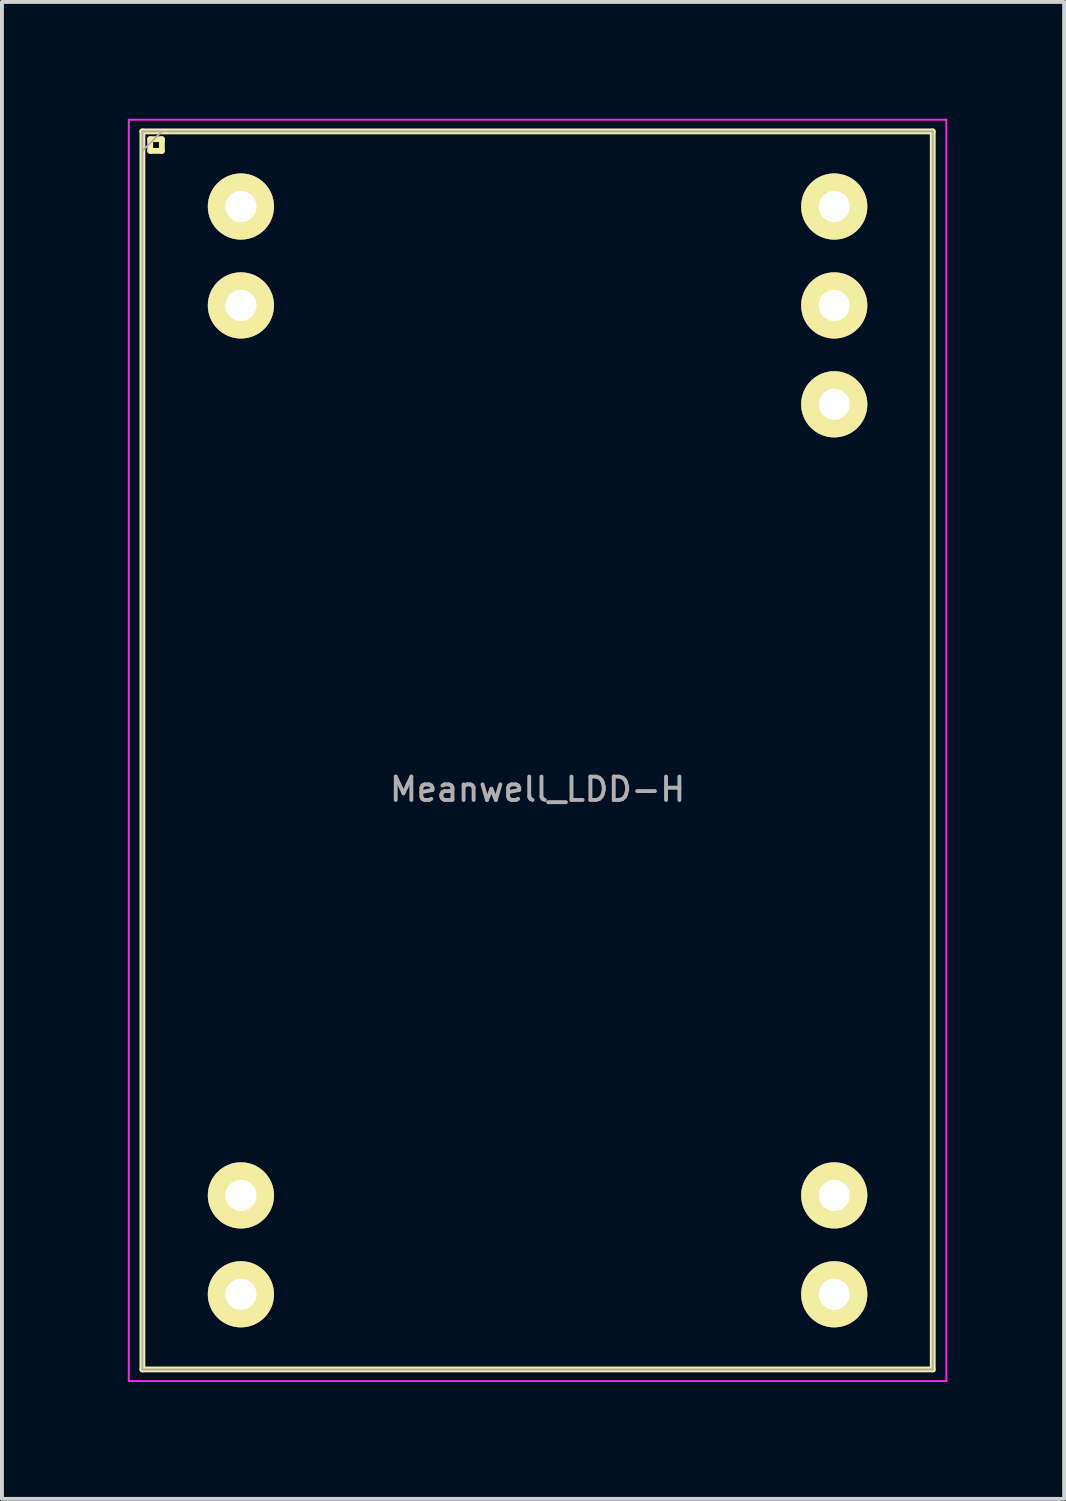
<source format=kicad_pcb>
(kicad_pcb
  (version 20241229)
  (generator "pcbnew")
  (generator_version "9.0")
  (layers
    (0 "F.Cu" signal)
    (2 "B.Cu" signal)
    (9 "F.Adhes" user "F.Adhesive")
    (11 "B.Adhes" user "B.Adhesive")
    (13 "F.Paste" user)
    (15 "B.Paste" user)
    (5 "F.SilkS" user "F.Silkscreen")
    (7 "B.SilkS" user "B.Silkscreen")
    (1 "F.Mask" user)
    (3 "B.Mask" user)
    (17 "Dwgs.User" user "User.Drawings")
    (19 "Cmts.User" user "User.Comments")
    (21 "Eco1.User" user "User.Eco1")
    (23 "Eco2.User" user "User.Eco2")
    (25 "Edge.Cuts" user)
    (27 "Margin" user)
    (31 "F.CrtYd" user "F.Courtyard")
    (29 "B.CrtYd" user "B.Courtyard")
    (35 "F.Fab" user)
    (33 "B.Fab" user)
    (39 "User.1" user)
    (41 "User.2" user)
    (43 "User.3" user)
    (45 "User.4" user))
  (footprint "Meanwell_LDD-H"
    (layer "F.Cu")
    (at 10.758 16.225)
    (property "Reference" "Meanwell_LDD-H" (at 0 1 180) (layer "F.Fab") (effects (font (size 0.6 0.6) (thickness 0.1))))
    (attr through_hole)
    (fp_line (start -10.15 -15.9) (end -10.15 15.9) (stroke (width 0.15) (type solid)) (layer "F.SilkS"))
    (fp_line (start -10.15 15.9) (end 10.15 15.9) (stroke (width 0.15) (type solid)) (layer "F.SilkS"))
    (fp_line (start -9.95 -15.7) (end -9.95 -15.4) (stroke (width 0.15) (type solid)) (layer "F.SilkS"))
    (fp_line (start -9.95 -15.4) (end -9.65 -15.4) (stroke (width 0.15) (type solid)) (layer "F.SilkS"))
    (fp_line (start -9.65 -15.7) (end -9.95 -15.7) (stroke (width 0.15) (type solid)) (layer "F.SilkS"))
    (fp_line (start -9.65 -15.4) (end -9.65 -15.7) (stroke (width 0.15) (type solid)) (layer "F.SilkS"))
    (fp_line (start 10.15 -15.9) (end -10.15 -15.9) (stroke (width 0.15) (type solid)) (layer "F.SilkS"))
    (fp_line (start 10.15 15.9) (end 10.15 -15.9) (stroke (width 0.15) (type solid)) (layer "F.SilkS"))
    (fp_line (start -10.5 16.2) (end -10.5 -16.2) (stroke (width 0.05) (type solid)) (layer "F.CrtYd"))
    (fp_line (start -10.5 16.2) (end 10.5 16.2) (stroke (width 0.05) (type solid)) (layer "F.CrtYd"))
    (fp_line (start 10.5 -16.2) (end -10.5 -16.2) (stroke (width 0.05) (type solid)) (layer "F.CrtYd"))
    (fp_line (start 10.5 -16.2) (end 10.5 16.2) (stroke (width 0.05) (type solid)) (layer "F.CrtYd"))
    (fp_line (start -10.15 -15.9) (end -10.15 15.9) (stroke (width 0.05) (type solid)) (layer "F.Fab"))
    (fp_line (start -10.15 -15.4) (end -9.65 -15.9) (stroke (width 0.05) (type solid)) (layer "F.Fab"))
    (fp_line (start 10.15 -15.9) (end -10.15 -15.9) (stroke (width 0.05) (type solid)) (layer "F.Fab"))
    (fp_line (start 10.15 15.9) (end -10.15 15.9) (stroke (width 0.05) (type solid)) (layer "F.Fab"))
    (fp_line (start 10.15 15.9) (end 10.15 -15.9) (stroke (width 0.05) (type solid)) (layer "F.Fab"))
    (fp_text user "${REFERENCE}" (at -8.85 -15.6 180) (layer "Eco1.User") (effects (font (size 0.3 0.3) (thickness 0.03))))
    (pad "1" thru_hole circle (at -7.62 -13.97) (size 1.7 1.7) (drill 0.8) (layers "*.Cu" "*.Mask" "F.SilkS"))
    (pad "2" thru_hole circle (at -7.62 -11.43) (size 1.7 1.7) (drill 0.8) (layers "*.Cu" "*.Mask" "F.SilkS"))
    (pad "11" thru_hole circle (at -7.62 11.43) (size 1.7 1.7) (drill 0.8) (layers "*.Cu" "*.Mask" "F.SilkS"))
    (pad "12" thru_hole circle (at -7.62 13.97) (size 1.7 1.7) (drill 0.8) (layers "*.Cu" "*.Mask" "F.SilkS"))
    (pad "13" thru_hole circle (at 7.62 13.97) (size 1.7 1.7) (drill 0.8) (layers "*.Cu" "*.Mask" "F.SilkS"))
    (pad "14" thru_hole circle (at 7.62 11.43) (size 1.7 1.7) (drill 0.8) (layers "*.Cu" "*.Mask" "F.SilkS"))
    (pad "22" thru_hole circle (at 7.62 -8.89) (size 1.7 1.7) (drill 0.8) (layers "*.Cu" "*.Mask" "F.SilkS"))
    (pad "23" thru_hole circle (at 7.62 -11.43) (size 1.7 1.7) (drill 0.8) (layers "*.Cu" "*.Mask" "F.SilkS"))
    (pad "24" thru_hole circle (at 7.62 -13.97) (size 1.7 1.7) (drill 0.8) (layers "*.Cu" "*.Mask" "F.SilkS")))
  (gr_rect
    (start -3 -3)
    (end 24.283 35.45)
    (stroke (width 0.1) (type default))
    (fill no)
    (layer "Edge.Cuts")))
</source>
